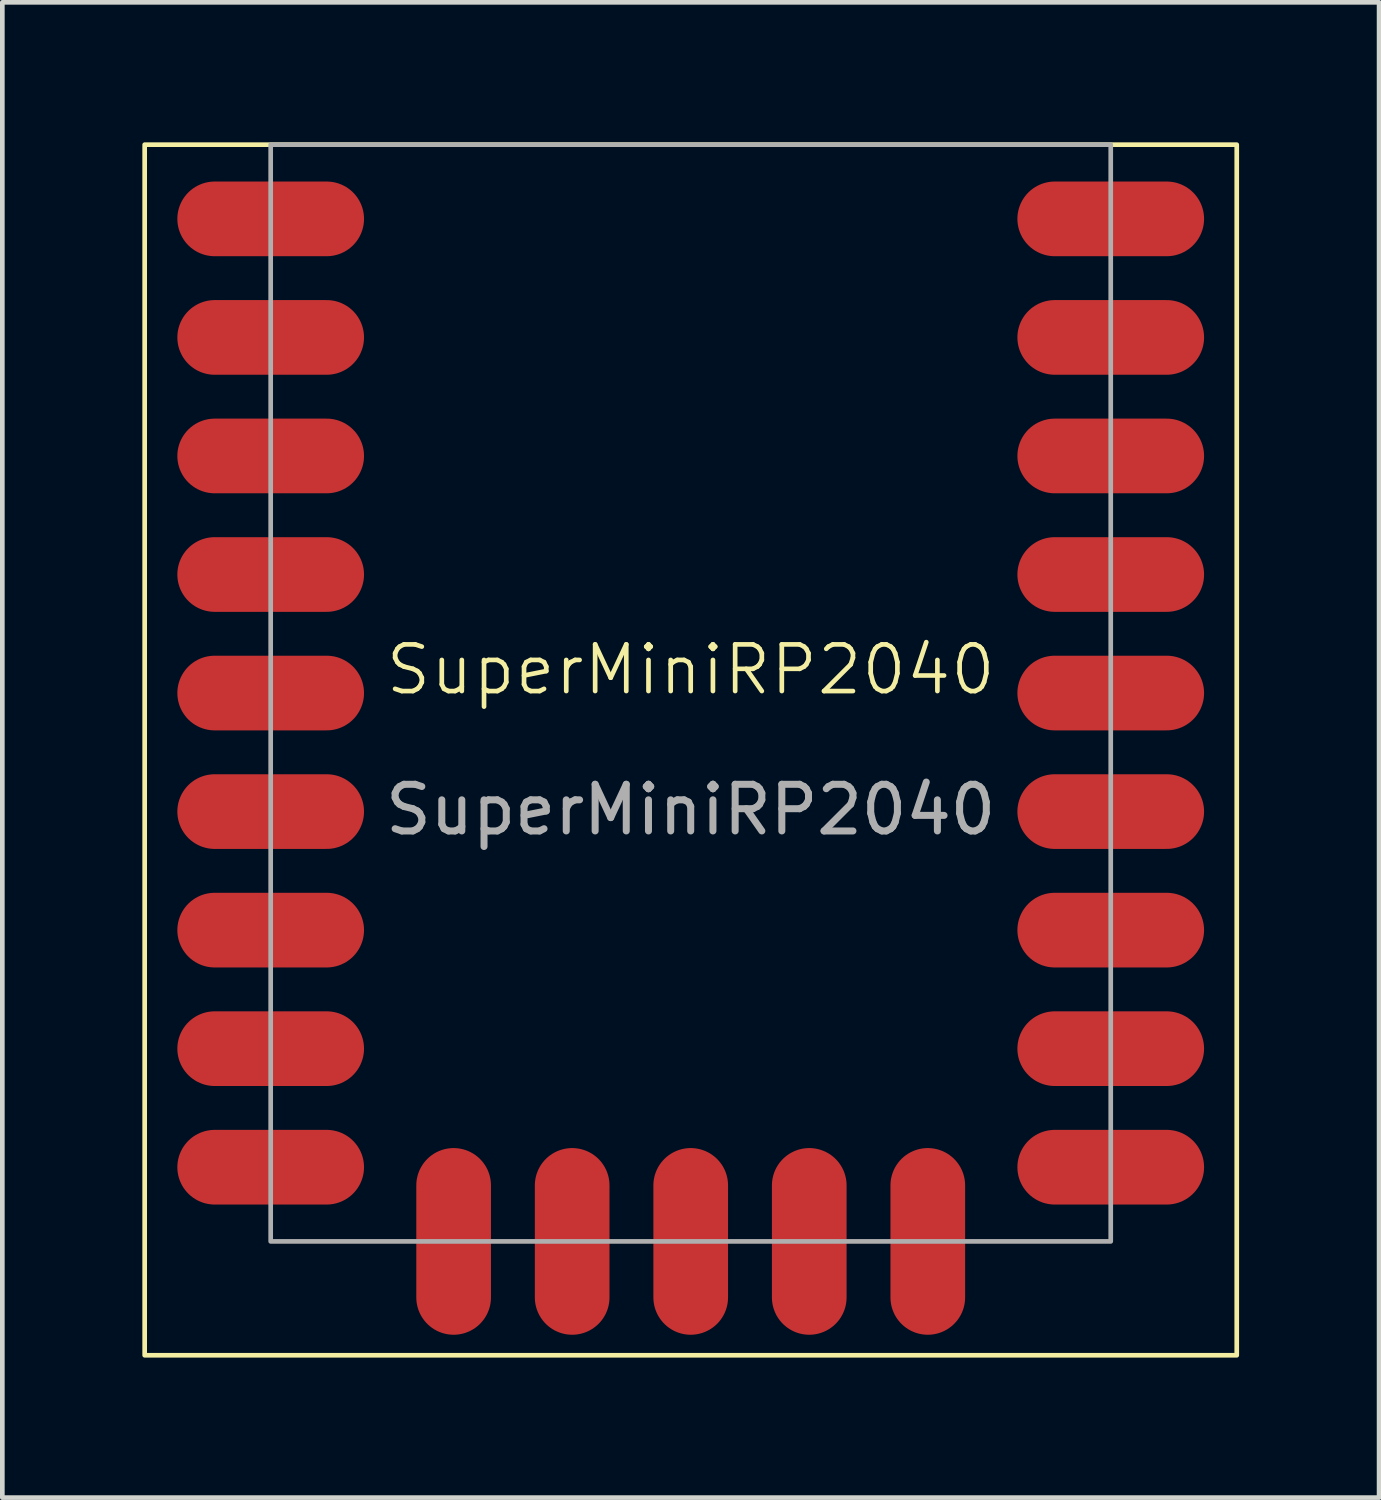
<source format=kicad_pcb>
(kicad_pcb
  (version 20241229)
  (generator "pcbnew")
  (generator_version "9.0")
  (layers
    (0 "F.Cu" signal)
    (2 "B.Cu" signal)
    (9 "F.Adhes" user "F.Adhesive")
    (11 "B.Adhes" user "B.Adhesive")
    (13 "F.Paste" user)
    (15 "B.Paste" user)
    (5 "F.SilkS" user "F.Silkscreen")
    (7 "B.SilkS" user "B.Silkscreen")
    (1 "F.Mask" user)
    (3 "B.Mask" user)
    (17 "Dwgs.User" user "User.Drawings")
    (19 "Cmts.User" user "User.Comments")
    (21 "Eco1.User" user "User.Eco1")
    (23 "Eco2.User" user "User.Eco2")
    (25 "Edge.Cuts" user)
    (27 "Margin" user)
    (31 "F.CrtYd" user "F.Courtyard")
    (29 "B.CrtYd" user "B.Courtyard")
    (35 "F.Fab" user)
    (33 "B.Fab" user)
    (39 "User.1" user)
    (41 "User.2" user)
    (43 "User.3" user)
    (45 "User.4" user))
  (footprint "SuperMiniRP2040"
    (layer "F.Cu")
    (at 11.75 11.8)
    (property "Reference" "SuperMiniRP2040" (at 0 -0.5 0) (unlocked yes) (layer "F.SilkS") (effects (font (size 1 1) (thickness 0.1))))
    (attr smd)
    (fp_rect (start -11.7 -11.75) (end 11.7 14.19) (stroke (width 0.1) (type default)) (fill no) (layer "F.SilkS"))
    (fp_rect (start -9 -11.75) (end 9 11.75) (stroke (width 0.1) (type default)) (fill no) (layer "F.Fab"))
    (fp_text user "${REFERENCE}" (at 0 2.5 0) (unlocked yes) (layer "F.Fab") (effects (font (size 1 1) (thickness 0.15))))
    (pad "1" smd oval (at 9 -10.16) (size 4 1.6) (layers "F.Cu" "F.Mask" "F.Paste"))
    (pad "2" smd oval (at 9 -7.62) (size 4 1.6) (layers "F.Cu" "F.Mask" "F.Paste"))
    (pad "3" smd oval (at 9 -5.08) (size 4 1.6) (layers "F.Cu" "F.Mask" "F.Paste"))
    (pad "4" smd oval (at 9 -2.54) (size 4 1.6) (layers "F.Cu" "F.Mask" "F.Paste"))
    (pad "5" smd oval (at 9 0) (size 4 1.6) (layers "F.Cu" "F.Mask" "F.Paste"))
    (pad "6" smd oval (at 9 2.54) (size 4 1.6) (layers "F.Cu" "F.Mask" "F.Paste"))
    (pad "7" smd oval (at 9 5.08) (size 4 1.6) (layers "F.Cu" "F.Mask" "F.Paste"))
    (pad "8" smd oval (at 9 7.62) (size 4 1.6) (layers "F.Cu" "F.Mask" "F.Paste"))
    (pad "9" smd oval (at 9 10.16) (size 4 1.6) (layers "F.Cu" "F.Mask" "F.Paste"))
    (pad "10" smd oval (at 5.08 11.75 90) (size 4 1.6) (layers "F.Cu" "F.Mask" "F.Paste"))
    (pad "11" smd oval (at 2.54 11.75 90) (size 4 1.6) (layers "F.Cu" "F.Mask" "F.Paste"))
    (pad "12" smd oval (at 0 11.75 90) (size 4 1.6) (layers "F.Cu" "F.Mask" "F.Paste"))
    (pad "13" smd oval (at -2.54 11.75 90) (size 4 1.6) (layers "F.Cu" "F.Mask" "F.Paste"))
    (pad "14" smd oval (at -5.08 11.75 90) (size 4 1.6) (layers "F.Cu" "F.Mask" "F.Paste"))
    (pad "15" smd oval (at -9 10.16) (size 4 1.6) (layers "F.Cu" "F.Mask" "F.Paste"))
    (pad "16" smd oval (at -9 7.62) (size 4 1.6) (layers "F.Cu" "F.Mask" "F.Paste"))
    (pad "17" smd oval (at -9 5.08) (size 4 1.6) (layers "F.Cu" "F.Mask" "F.Paste"))
    (pad "18" smd oval (at -9 2.54) (size 4 1.6) (layers "F.Cu" "F.Mask" "F.Paste"))
    (pad "19" smd oval (at -9 0) (size 4 1.6) (layers "F.Cu" "F.Mask" "F.Paste"))
    (pad "20" smd oval (at -9 -2.54) (size 4 1.6) (layers "F.Cu" "F.Mask" "F.Paste"))
    (pad "21" smd oval (at -9 -5.08) (size 4 1.6) (layers "F.Cu" "F.Mask" "F.Paste"))
    (pad "22" smd oval (at -9 -7.62) (size 4 1.6) (layers "F.Cu" "F.Mask" "F.Paste"))
    (pad "23" smd oval (at -9 -10.16) (size 4 1.6) (layers "F.Cu" "F.Mask" "F.Paste")))
  (gr_rect
    (start -3 -3)
    (end 26.5 29.04)
    (stroke (width 0.1) (type default))
    (fill no)
    (layer "Edge.Cuts")))
</source>
